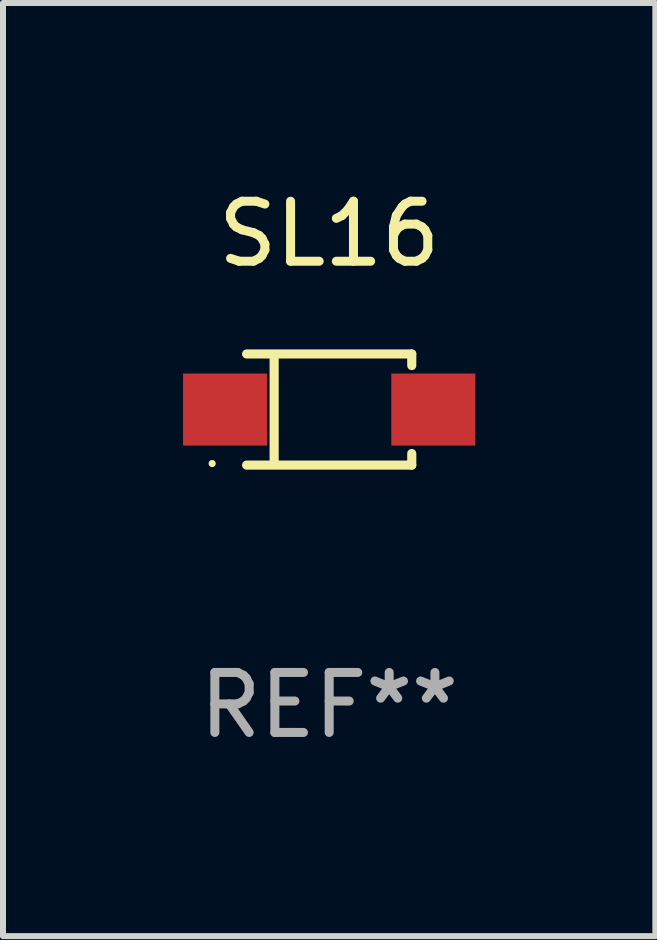
<source format=kicad_pcb>
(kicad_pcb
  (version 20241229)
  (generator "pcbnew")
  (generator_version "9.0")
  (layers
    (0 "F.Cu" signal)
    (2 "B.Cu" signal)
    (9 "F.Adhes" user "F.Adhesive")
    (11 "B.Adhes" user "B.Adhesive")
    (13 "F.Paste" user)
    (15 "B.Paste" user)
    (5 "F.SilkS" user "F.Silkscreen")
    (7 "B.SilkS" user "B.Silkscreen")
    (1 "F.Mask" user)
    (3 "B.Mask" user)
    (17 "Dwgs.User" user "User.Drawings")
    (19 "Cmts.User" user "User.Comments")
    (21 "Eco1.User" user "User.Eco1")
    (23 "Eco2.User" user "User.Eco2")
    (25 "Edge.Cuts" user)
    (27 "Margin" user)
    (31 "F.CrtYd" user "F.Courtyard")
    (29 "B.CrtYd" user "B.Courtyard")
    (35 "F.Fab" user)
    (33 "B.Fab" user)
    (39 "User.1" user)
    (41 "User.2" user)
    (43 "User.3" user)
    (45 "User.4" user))
  (footprint "SL16"
    (layer "F.Cu")
    (at 2.435 3.774)
    (property "Reference" "SL16" (at 0 -2.926 0) (layer "F.SilkS") (effects (font (size 1 1) (thickness 0.15))))
    (attr through_hole)
    (fp_line (start -1.376 -0.926) (end 1.376 -0.926) (stroke (width 0.152) (type solid)) (layer "F.SilkS"))
    (fp_line (start -1.376 0.926) (end 1.376 0.926) (stroke (width 0.152) (type solid)) (layer "F.SilkS"))
    (fp_line (start -0.917 -0.876) (end -0.917 0.876) (stroke (width 0.152) (type solid)) (layer "F.SilkS"))
    (fp_line (start 1.376 -0.926) (end 1.376 -0.733) (stroke (width 0.152) (type solid)) (layer "F.SilkS"))
    (fp_line (start 1.376 0.926) (end 1.376 0.733) (stroke (width 0.152) (type solid)) (layer "F.SilkS"))
    (fp_circle (center -1.95 0.9) (end -1.92 0.9) (stroke (width 0.06) (type solid)) (fill no) (layer "F.SilkS"))
    (fp_text user "REF**" (at 0 4.926 0) (layer "F.Fab") (effects (font (size 1 1) (thickness 0.15))))
    (pad "1" smd rect (at -1.735 0) (size 1.4 1.2) (layers "F.Cu" "F.Mask" "F.Paste"))
    (pad "2" smd rect (at 1.735 0) (size 1.4 1.2) (layers "F.Cu" "F.Mask" "F.Paste")))
  (gr_rect
    (start -3 -3)
    (end 7.87 12.549)
    (stroke (width 0.1) (type default))
    (fill no)
    (layer "Edge.Cuts")))
</source>
